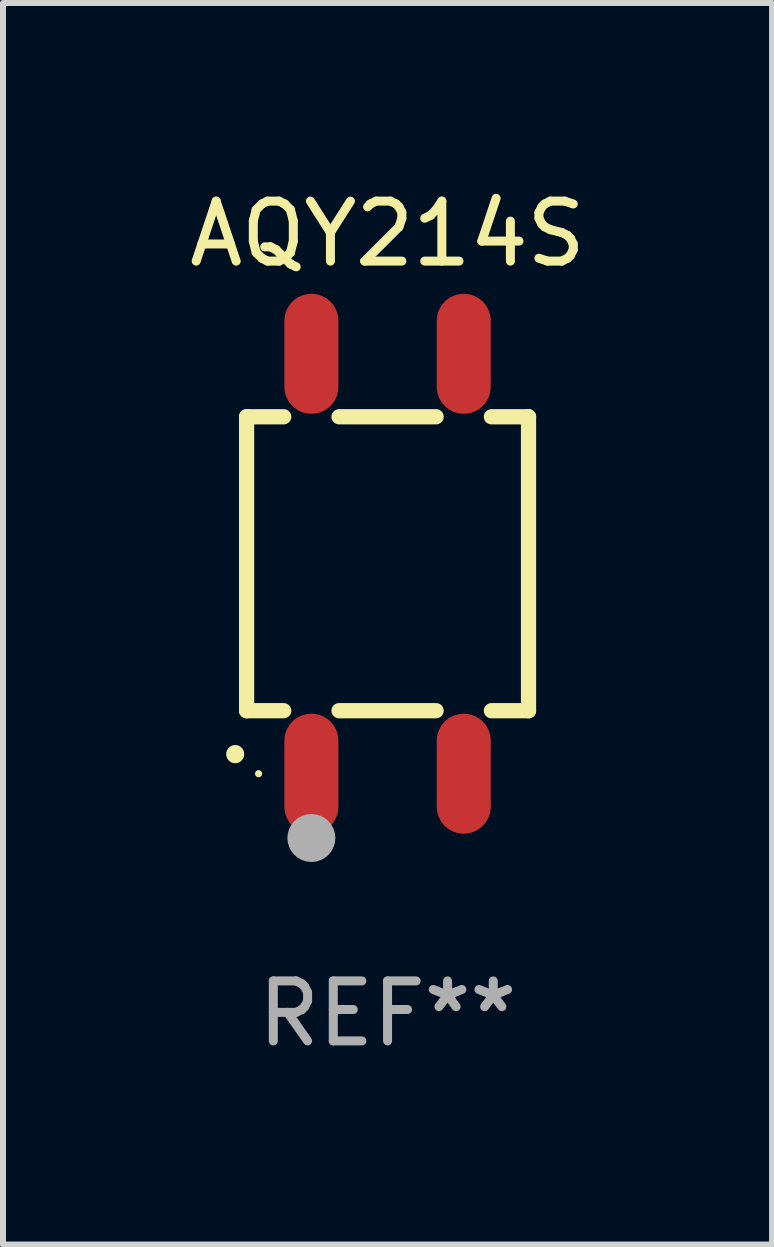
<source format=kicad_pcb>
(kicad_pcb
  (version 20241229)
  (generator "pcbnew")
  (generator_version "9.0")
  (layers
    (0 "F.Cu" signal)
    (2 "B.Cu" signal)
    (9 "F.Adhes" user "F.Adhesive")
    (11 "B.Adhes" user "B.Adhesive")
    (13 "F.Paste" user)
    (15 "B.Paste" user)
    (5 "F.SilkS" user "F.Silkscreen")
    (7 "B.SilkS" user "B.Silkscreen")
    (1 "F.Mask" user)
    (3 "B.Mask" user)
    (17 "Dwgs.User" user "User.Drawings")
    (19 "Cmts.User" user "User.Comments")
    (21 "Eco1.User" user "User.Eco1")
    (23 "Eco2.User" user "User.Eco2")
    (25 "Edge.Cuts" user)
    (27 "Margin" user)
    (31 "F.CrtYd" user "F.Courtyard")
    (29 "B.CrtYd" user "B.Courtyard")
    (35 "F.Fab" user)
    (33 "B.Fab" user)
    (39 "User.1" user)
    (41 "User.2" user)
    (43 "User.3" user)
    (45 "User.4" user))
  (footprint "AQY214S"
    (layer "F.Cu")
    (at 3.411 6.348)
    (property "Reference" "AQY214S" (at 0 -5.5 0) (layer "F.SilkS") (effects (font (size 1 1) (thickness 0.15))))
    (attr through_hole)
    (fp_line (start -2.35 -2.45) (end -2.35 2.45) (stroke (width 0.254) (type solid)) (layer "F.SilkS"))
    (fp_line (start -2.35 -2.45) (end -1.731 -2.45) (stroke (width 0.254) (type solid)) (layer "F.SilkS"))
    (fp_line (start -2.35 2.45) (end -1.731 2.45) (stroke (width 0.254) (type solid)) (layer "F.SilkS"))
    (fp_line (start -0.809 -2.45) (end 0.809 -2.45) (stroke (width 0.254) (type solid)) (layer "F.SilkS"))
    (fp_line (start -0.809 2.45) (end 0.809 2.45) (stroke (width 0.254) (type solid)) (layer "F.SilkS"))
    (fp_line (start 1.731 -2.45) (end 2.35 -2.45) (stroke (width 0.254) (type solid)) (layer "F.SilkS"))
    (fp_line (start 1.731 2.45) (end 2.35 2.45) (stroke (width 0.254) (type solid)) (layer "F.SilkS"))
    (fp_line (start 2.35 -2.45) (end 2.35 2.45) (stroke (width 0.254) (type solid)) (layer "F.SilkS"))
    (fp_arc (start -2.540005 3.174879) (mid -2.54001 3.173609) (end -2.540005 3.172339) (stroke (width 0.3) (type solid)) (layer "F.SilkS"))
    (fp_circle (center -2.15 3.5) (end -2.12 3.5) (stroke (width 0.06) (type solid)) (fill no) (layer "F.SilkS"))
    (fp_circle (center -1.27 4.572) (end -1.07 4.572) (stroke (width 0.4) (type solid)) (fill no) (layer "F.Fab"))
    (fp_text user "REF**" (at 0 7.5 0) (layer "F.Fab") (effects (font (size 1 1) (thickness 0.15))))
    (pad "1" smd oval (at -1.27 3.5 180) (size 0.9 2) (layers "F.Cu" "F.Mask" "F.Paste"))
    (pad "2" smd oval (at 1.27 3.5 180) (size 0.9 2) (layers "F.Cu" "F.Mask" "F.Paste"))
    (pad "3" smd oval (at 1.27 -3.5 180) (size 0.9 2) (layers "F.Cu" "F.Mask" "F.Paste"))
    (pad "4" smd oval (at -1.27 -3.5 180) (size 0.9 2) (layers "F.Cu" "F.Mask" "F.Paste")))
  (gr_rect
    (start -3 -3)
    (end 9.821 17.697)
    (stroke (width 0.1) (type default))
    (fill no)
    (layer "Edge.Cuts")))
</source>
